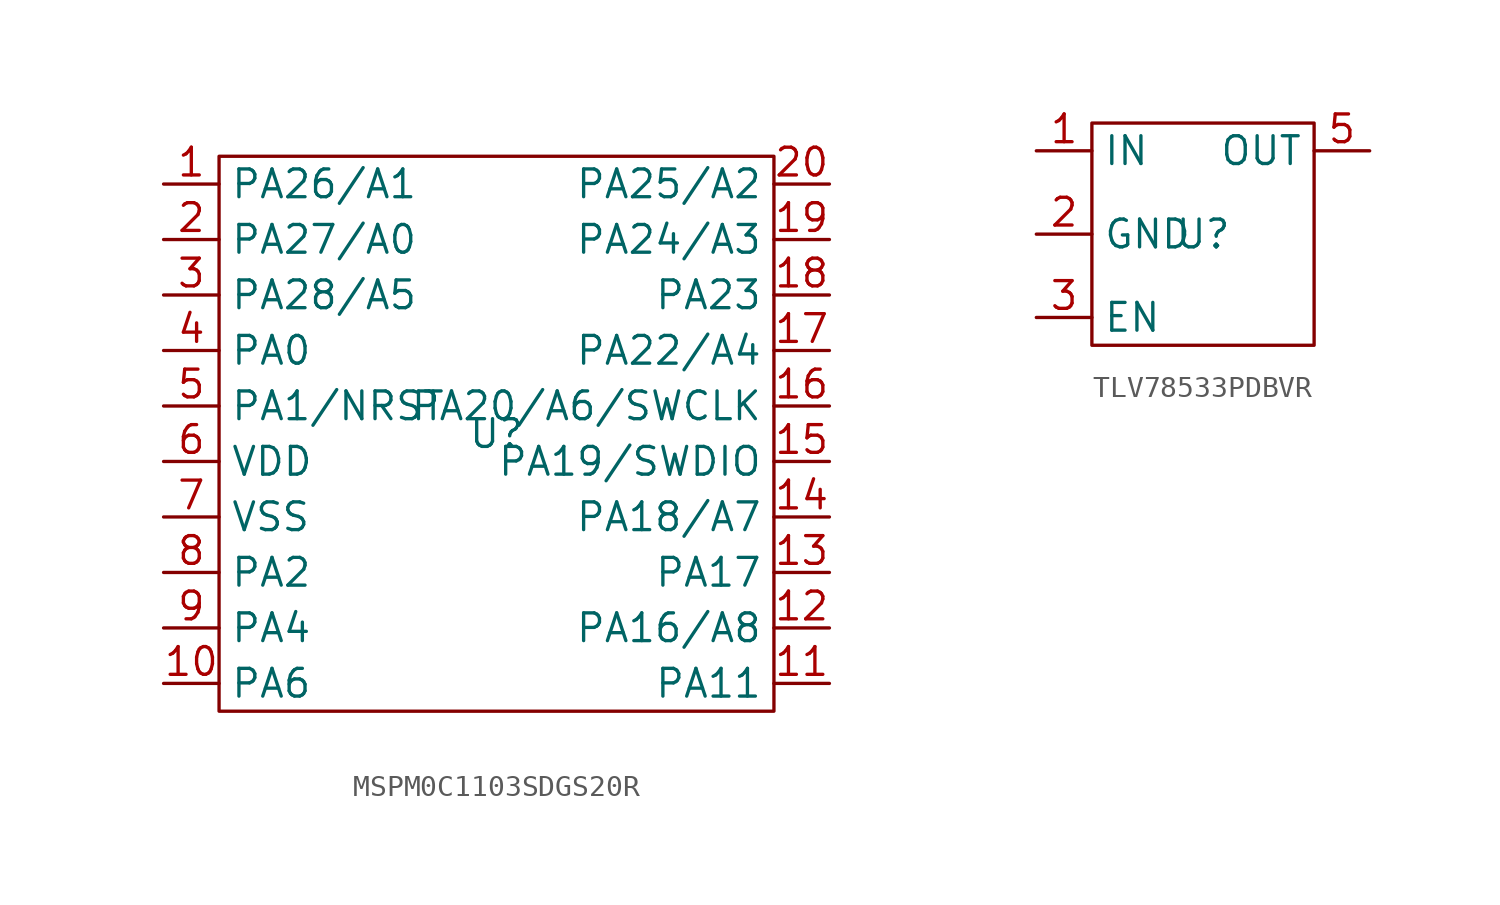
<source format=kicad_sym>
(kicad_symbol_lib
  (version 20241209)
  (generator "kicad_symbol_editor")
  (generator_version "9.0")
  (symbol "MSPM0C1103SDGS20R"
    (property "Reference" "U"
      (at 0 0 0)
      (effects (font (size 1.27 1.27))))
    (property "Value" ""
      (at 0 0 0)
      (effects (font (size 1.27 1.27))))
    (symbol "MSPM0C1103SDGS20R_0_1"
      (rectangle (start -12.7 12.7) (end 12.7 -12.7) (stroke (width 0) (type default)) (fill (type none))))
    (symbol "MSPM0C1103SDGS20R_1_1"
      (pin bidirectional line (at -15.24 11.43 0) (length 2.54) (name "PA26/A1" (effects (font (size 1.27 1.27)))) (number "1" (effects (font (size 1.27 1.27)))))
      (pin bidirectional line (at -15.24 8.89 0) (length 2.54) (name "PA27/A0" (effects (font (size 1.27 1.27)))) (number "2" (effects (font (size 1.27 1.27)))))
      (pin bidirectional line (at -15.24 6.35 0) (length 2.54) (name "PA28/A5" (effects (font (size 1.27 1.27)))) (number "3" (effects (font (size 1.27 1.27)))))
      (pin bidirectional line (at -15.24 3.81 0) (length 2.54) (name "PA0" (effects (font (size 1.27 1.27)))) (number "4" (effects (font (size 1.27 1.27)))))
      (pin bidirectional line (at -15.24 1.27 0) (length 2.54) (name "PA1/NRST" (effects (font (size 1.27 1.27)))) (number "5" (effects (font (size 1.27 1.27)))))
      (pin power_in line (at -15.24 -1.27 0) (length 2.54) (name "VDD" (effects (font (size 1.27 1.27)))) (number "6" (effects (font (size 1.27 1.27)))))
      (pin power_in line (at -15.24 -3.81 0) (length 2.54) (name "VSS" (effects (font (size 1.27 1.27)))) (number "7" (effects (font (size 1.27 1.27)))))
      (pin bidirectional line (at -15.24 -6.35 0) (length 2.54) (name "PA2" (effects (font (size 1.27 1.27)))) (number "8" (effects (font (size 1.27 1.27)))))
      (pin bidirectional line (at -15.24 -8.89 0) (length 2.54) (name "PA4" (effects (font (size 1.27 1.27)))) (number "9" (effects (font (size 1.27 1.27)))))
      (pin bidirectional line (at -15.24 -11.43 0) (length 2.54) (name "PA6" (effects (font (size 1.27 1.27)))) (number "10" (effects (font (size 1.27 1.27)))))
      (pin bidirectional line (at 15.24 11.43 180) (length 2.54) (name "PA25/A2" (effects (font (size 1.27 1.27)))) (number "20" (effects (font (size 1.27 1.27)))))
      (pin bidirectional line (at 15.24 8.89 180) (length 2.54) (name "PA24/A3" (effects (font (size 1.27 1.27)))) (number "19" (effects (font (size 1.27 1.27)))))
      (pin bidirectional line (at 15.24 6.35 180) (length 2.54) (name "PA23" (effects (font (size 1.27 1.27)))) (number "18" (effects (font (size 1.27 1.27)))))
      (pin bidirectional line (at 15.24 3.81 180) (length 2.54) (name "PA22/A4" (effects (font (size 1.27 1.27)))) (number "17" (effects (font (size 1.27 1.27)))))
      (pin bidirectional line (at 15.24 1.27 180) (length 2.54) (name "PA20/A6/SWCLK" (effects (font (size 1.27 1.27)))) (number "16" (effects (font (size 1.27 1.27)))))
      (pin bidirectional line (at 15.24 -1.27 180) (length 2.54) (name "PA19/SWDIO" (effects (font (size 1.27 1.27)))) (number "15" (effects (font (size 1.27 1.27)))))
      (pin bidirectional line (at 15.24 -3.81 180) (length 2.54) (name "PA18/A7" (effects (font (size 1.27 1.27)))) (number "14" (effects (font (size 1.27 1.27)))))
      (pin bidirectional line (at 15.24 -6.35 180) (length 2.54) (name "PA17" (effects (font (size 1.27 1.27)))) (number "13" (effects (font (size 1.27 1.27)))))
      (pin bidirectional line (at 15.24 -8.89 180) (length 2.54) (name "PA16/A8" (effects (font (size 1.27 1.27)))) (number "12" (effects (font (size 1.27 1.27)))))
      (pin bidirectional line (at 15.24 -11.43 180) (length 2.54) (name "PA11" (effects (font (size 1.27 1.27)))) (number "11" (effects (font (size 1.27 1.27)))))))
  (symbol "TLV78533PDBVR"
    (property "Reference" "U"
      (at 0 0 0)
      (effects (font (size 1.27 1.27))))
    (property "Value" ""
      (at 0 0 0)
      (effects (font (size 1.27 1.27))))
    (symbol "TLV78533PDBVR_0_1"
      (rectangle (start -5.08 5.08) (end 5.08 -5.08) (stroke (width 0) (type default)) (fill (type none))))
    (symbol "TLV78533PDBVR_1_1"
      (pin power_in line (at -7.62 3.81 0) (length 2.54) (name "IN" (effects (font (size 1.27 1.27)))) (number "1" (effects (font (size 1.27 1.27)))))
      (pin power_in line (at -7.62 0 0) (length 2.54) (name "GND" (effects (font (size 1.27 1.27)))) (number "2" (effects (font (size 1.27 1.27)))))
      (pin input line (at -7.62 -3.81 0) (length 2.54) (name "EN" (effects (font (size 1.27 1.27)))) (number "3" (effects (font (size 1.27 1.27)))))
      (pin power_out line (at 7.62 3.81 180) (length 2.54) (name "OUT" (effects (font (size 1.27 1.27)))) (number "5" (effects (font (size 1.27 1.27))))))))
</source>
